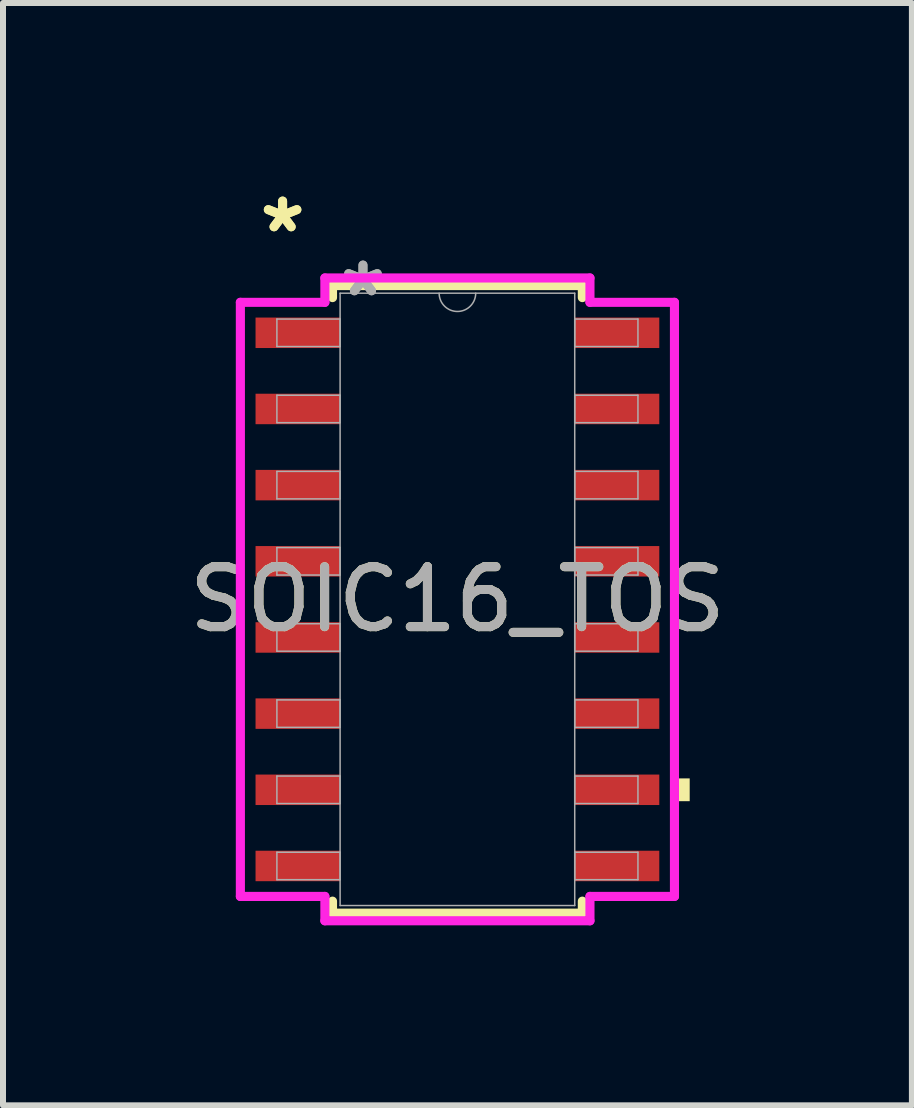
<source format=kicad_pcb>
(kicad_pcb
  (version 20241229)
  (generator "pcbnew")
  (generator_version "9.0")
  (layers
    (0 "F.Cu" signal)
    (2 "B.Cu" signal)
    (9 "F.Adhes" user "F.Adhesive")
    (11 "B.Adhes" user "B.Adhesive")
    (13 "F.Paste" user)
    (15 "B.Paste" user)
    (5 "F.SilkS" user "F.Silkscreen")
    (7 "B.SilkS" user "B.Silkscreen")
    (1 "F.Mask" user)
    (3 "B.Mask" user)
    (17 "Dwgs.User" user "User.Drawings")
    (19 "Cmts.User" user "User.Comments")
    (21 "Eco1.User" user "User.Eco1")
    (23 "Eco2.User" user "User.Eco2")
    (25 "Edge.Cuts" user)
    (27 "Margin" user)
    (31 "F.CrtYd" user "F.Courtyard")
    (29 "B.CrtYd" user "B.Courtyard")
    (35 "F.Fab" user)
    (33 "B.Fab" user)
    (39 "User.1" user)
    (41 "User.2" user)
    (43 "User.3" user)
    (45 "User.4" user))
  (footprint "SOIC16_TOS"
    (layer "F.Cu")
    (at 4.577 6.944)
    (property "Reference" "SOIC16_TOS" (at 0 0 0) (unlocked yes) (layer "F.SilkS") (effects (font (size 1 1) (thickness 0.15))))
    (attr smd)
    (fp_line (start -2.083 -5.232) (end -2.083 -5.032) (stroke (width 0.152) (type solid)) (layer "F.SilkS"))
    (fp_line (start -2.083 5.032) (end -2.083 5.232) (stroke (width 0.152) (type solid)) (layer "F.SilkS"))
    (fp_line (start -2.083 5.232) (end 2.083 5.232) (stroke (width 0.152) (type solid)) (layer "F.SilkS"))
    (fp_line (start 2.083 -5.232) (end -2.083 -5.232) (stroke (width 0.152) (type solid)) (layer "F.SilkS"))
    (fp_line (start 2.083 -5.032) (end 2.083 -5.232) (stroke (width 0.152) (type solid)) (layer "F.SilkS"))
    (fp_line (start 2.083 5.232) (end 2.083 5.032) (stroke (width 0.152) (type solid)) (layer "F.SilkS"))
    (fp_poly (pts (xy 3.873 2.985) (xy 3.873 3.365) (xy 3.619 3.365) (xy 3.619 2.985)) (stroke (width 0) (type solid)) (fill yes) (layer "F.SilkS"))
    (fp_line (start -3.619 -4.953) (end -2.21 -4.953) (stroke (width 0.152) (type solid)) (layer "F.CrtYd"))
    (fp_line (start -3.619 4.953) (end -3.619 -4.953) (stroke (width 0.152) (type solid)) (layer "F.CrtYd"))
    (fp_line (start -3.619 4.953) (end -2.21 4.953) (stroke (width 0.152) (type solid)) (layer "F.CrtYd"))
    (fp_line (start -2.21 -5.359) (end 2.21 -5.359) (stroke (width 0.152) (type solid)) (layer "F.CrtYd"))
    (fp_line (start -2.21 -4.953) (end -2.21 -5.359) (stroke (width 0.152) (type solid)) (layer "F.CrtYd"))
    (fp_line (start -2.21 5.359) (end -2.21 4.953) (stroke (width 0.152) (type solid)) (layer "F.CrtYd"))
    (fp_line (start 2.21 -5.359) (end 2.21 -4.953) (stroke (width 0.152) (type solid)) (layer "F.CrtYd"))
    (fp_line (start 2.21 4.953) (end 2.21 5.359) (stroke (width 0.152) (type solid)) (layer "F.CrtYd"))
    (fp_line (start 2.21 5.359) (end -2.21 5.359) (stroke (width 0.152) (type solid)) (layer "F.CrtYd"))
    (fp_line (start 3.619 -4.953) (end 2.21 -4.953) (stroke (width 0.152) (type solid)) (layer "F.CrtYd"))
    (fp_line (start 3.619 -4.953) (end 3.619 4.953) (stroke (width 0.152) (type solid)) (layer "F.CrtYd"))
    (fp_line (start 3.619 4.953) (end 2.21 4.953) (stroke (width 0.152) (type solid)) (layer "F.CrtYd"))
    (fp_line (start -3.01 -4.674) (end -3.01 -4.216) (stroke (width 0.025) (type solid)) (layer "F.Fab"))
    (fp_line (start -3.01 -4.216) (end -1.956 -4.216) (stroke (width 0.025) (type solid)) (layer "F.Fab"))
    (fp_line (start -3.01 -3.404) (end -3.01 -2.946) (stroke (width 0.025) (type solid)) (layer "F.Fab"))
    (fp_line (start -3.01 -2.946) (end -1.956 -2.946) (stroke (width 0.025) (type solid)) (layer "F.Fab"))
    (fp_line (start -3.01 -2.134) (end -3.01 -1.676) (stroke (width 0.025) (type solid)) (layer "F.Fab"))
    (fp_line (start -3.01 -1.676) (end -1.956 -1.676) (stroke (width 0.025) (type solid)) (layer "F.Fab"))
    (fp_line (start -3.01 -0.864) (end -3.01 -0.406) (stroke (width 0.025) (type solid)) (layer "F.Fab"))
    (fp_line (start -3.01 -0.406) (end -1.956 -0.406) (stroke (width 0.025) (type solid)) (layer "F.Fab"))
    (fp_line (start -3.01 0.406) (end -3.01 0.864) (stroke (width 0.025) (type solid)) (layer "F.Fab"))
    (fp_line (start -3.01 0.864) (end -1.956 0.864) (stroke (width 0.025) (type solid)) (layer "F.Fab"))
    (fp_line (start -3.01 1.676) (end -3.01 2.134) (stroke (width 0.025) (type solid)) (layer "F.Fab"))
    (fp_line (start -3.01 2.134) (end -1.956 2.134) (stroke (width 0.025) (type solid)) (layer "F.Fab"))
    (fp_line (start -3.01 2.946) (end -3.01 3.404) (stroke (width 0.025) (type solid)) (layer "F.Fab"))
    (fp_line (start -3.01 3.404) (end -1.956 3.404) (stroke (width 0.025) (type solid)) (layer "F.Fab"))
    (fp_line (start -3.01 4.216) (end -3.01 4.674) (stroke (width 0.025) (type solid)) (layer "F.Fab"))
    (fp_line (start -3.01 4.674) (end -1.956 4.674) (stroke (width 0.025) (type solid)) (layer "F.Fab"))
    (fp_line (start -1.956 -5.105) (end -1.956 5.105) (stroke (width 0.025) (type solid)) (layer "F.Fab"))
    (fp_line (start -1.956 -4.674) (end -3.01 -4.674) (stroke (width 0.025) (type solid)) (layer "F.Fab"))
    (fp_line (start -1.956 -4.216) (end -1.956 -4.674) (stroke (width 0.025) (type solid)) (layer "F.Fab"))
    (fp_line (start -1.956 -3.404) (end -3.01 -3.404) (stroke (width 0.025) (type solid)) (layer "F.Fab"))
    (fp_line (start -1.956 -2.946) (end -1.956 -3.404) (stroke (width 0.025) (type solid)) (layer "F.Fab"))
    (fp_line (start -1.956 -2.134) (end -3.01 -2.134) (stroke (width 0.025) (type solid)) (layer "F.Fab"))
    (fp_line (start -1.956 -1.676) (end -1.956 -2.134) (stroke (width 0.025) (type solid)) (layer "F.Fab"))
    (fp_line (start -1.956 -0.864) (end -3.01 -0.864) (stroke (width 0.025) (type solid)) (layer "F.Fab"))
    (fp_line (start -1.956 -0.406) (end -1.956 -0.864) (stroke (width 0.025) (type solid)) (layer "F.Fab"))
    (fp_line (start -1.956 0.406) (end -3.01 0.406) (stroke (width 0.025) (type solid)) (layer "F.Fab"))
    (fp_line (start -1.956 0.864) (end -1.956 0.406) (stroke (width 0.025) (type solid)) (layer "F.Fab"))
    (fp_line (start -1.956 1.676) (end -3.01 1.676) (stroke (width 0.025) (type solid)) (layer "F.Fab"))
    (fp_line (start -1.956 2.134) (end -1.956 1.676) (stroke (width 0.025) (type solid)) (layer "F.Fab"))
    (fp_line (start -1.956 2.946) (end -3.01 2.946) (stroke (width 0.025) (type solid)) (layer "F.Fab"))
    (fp_line (start -1.956 3.404) (end -1.956 2.946) (stroke (width 0.025) (type solid)) (layer "F.Fab"))
    (fp_line (start -1.956 4.216) (end -3.01 4.216) (stroke (width 0.025) (type solid)) (layer "F.Fab"))
    (fp_line (start -1.956 4.674) (end -1.956 4.216) (stroke (width 0.025) (type solid)) (layer "F.Fab"))
    (fp_line (start -1.956 5.105) (end 1.956 5.105) (stroke (width 0.025) (type solid)) (layer "F.Fab"))
    (fp_line (start 1.956 -5.105) (end -1.956 -5.105) (stroke (width 0.025) (type solid)) (layer "F.Fab"))
    (fp_line (start 1.956 -4.674) (end 1.956 -4.216) (stroke (width 0.025) (type solid)) (layer "F.Fab"))
    (fp_line (start 1.956 -4.216) (end 3.01 -4.216) (stroke (width 0.025) (type solid)) (layer "F.Fab"))
    (fp_line (start 1.956 -3.404) (end 1.956 -2.946) (stroke (width 0.025) (type solid)) (layer "F.Fab"))
    (fp_line (start 1.956 -2.946) (end 3.01 -2.946) (stroke (width 0.025) (type solid)) (layer "F.Fab"))
    (fp_line (start 1.956 -2.134) (end 1.956 -1.676) (stroke (width 0.025) (type solid)) (layer "F.Fab"))
    (fp_line (start 1.956 -1.676) (end 3.01 -1.676) (stroke (width 0.025) (type solid)) (layer "F.Fab"))
    (fp_line (start 1.956 -0.864) (end 1.956 -0.406) (stroke (width 0.025) (type solid)) (layer "F.Fab"))
    (fp_line (start 1.956 -0.406) (end 3.01 -0.406) (stroke (width 0.025) (type solid)) (layer "F.Fab"))
    (fp_line (start 1.956 0.406) (end 1.956 0.864) (stroke (width 0.025) (type solid)) (layer "F.Fab"))
    (fp_line (start 1.956 0.864) (end 3.01 0.864) (stroke (width 0.025) (type solid)) (layer "F.Fab"))
    (fp_line (start 1.956 1.676) (end 1.956 2.134) (stroke (width 0.025) (type solid)) (layer "F.Fab"))
    (fp_line (start 1.956 2.134) (end 3.01 2.134) (stroke (width 0.025) (type solid)) (layer "F.Fab"))
    (fp_line (start 1.956 2.946) (end 1.956 3.404) (stroke (width 0.025) (type solid)) (layer "F.Fab"))
    (fp_line (start 1.956 3.404) (end 3.01 3.404) (stroke (width 0.025) (type solid)) (layer "F.Fab"))
    (fp_line (start 1.956 4.216) (end 1.956 4.674) (stroke (width 0.025) (type solid)) (layer "F.Fab"))
    (fp_line (start 1.956 4.674) (end 3.01 4.674) (stroke (width 0.025) (type solid)) (layer "F.Fab"))
    (fp_line (start 1.956 5.105) (end 1.956 -5.105) (stroke (width 0.025) (type solid)) (layer "F.Fab"))
    (fp_line (start 3.01 -4.674) (end 1.956 -4.674) (stroke (width 0.025) (type solid)) (layer "F.Fab"))
    (fp_line (start 3.01 -4.216) (end 3.01 -4.674) (stroke (width 0.025) (type solid)) (layer "F.Fab"))
    (fp_line (start 3.01 -3.404) (end 1.956 -3.404) (stroke (width 0.025) (type solid)) (layer "F.Fab"))
    (fp_line (start 3.01 -2.946) (end 3.01 -3.404) (stroke (width 0.025) (type solid)) (layer "F.Fab"))
    (fp_line (start 3.01 -2.134) (end 1.956 -2.134) (stroke (width 0.025) (type solid)) (layer "F.Fab"))
    (fp_line (start 3.01 -1.676) (end 3.01 -2.134) (stroke (width 0.025) (type solid)) (layer "F.Fab"))
    (fp_line (start 3.01 -0.864) (end 1.956 -0.864) (stroke (width 0.025) (type solid)) (layer "F.Fab"))
    (fp_line (start 3.01 -0.406) (end 3.01 -0.864) (stroke (width 0.025) (type solid)) (layer "F.Fab"))
    (fp_line (start 3.01 0.406) (end 1.956 0.406) (stroke (width 0.025) (type solid)) (layer "F.Fab"))
    (fp_line (start 3.01 0.864) (end 3.01 0.406) (stroke (width 0.025) (type solid)) (layer "F.Fab"))
    (fp_line (start 3.01 1.676) (end 1.956 1.676) (stroke (width 0.025) (type solid)) (layer "F.Fab"))
    (fp_line (start 3.01 2.134) (end 3.01 1.676) (stroke (width 0.025) (type solid)) (layer "F.Fab"))
    (fp_line (start 3.01 2.946) (end 1.956 2.946) (stroke (width 0.025) (type solid)) (layer "F.Fab"))
    (fp_line (start 3.01 3.404) (end 3.01 2.946) (stroke (width 0.025) (type solid)) (layer "F.Fab"))
    (fp_line (start 3.01 4.216) (end 1.956 4.216) (stroke (width 0.025) (type solid)) (layer "F.Fab"))
    (fp_line (start 3.01 4.674) (end 3.01 4.216) (stroke (width 0.025) (type solid)) (layer "F.Fab"))
    (fp_arc (start 0.3048 -5.1054) (mid 0 -4.8006) (end -0.3048 -5.1054) (stroke (width 0.0254) (type solid)) (layer "F.Fab"))
    (fp_text user "*" (at -2.915 -6.096 0) (layer "F.SilkS") (effects (font (size 1 1) (thickness 0.15))))
    (fp_text user "*" (at -2.915 -6.096 0) (unlocked yes) (layer "F.SilkS") (effects (font (size 1 1) (thickness 0.15))))
    (fp_text user "${REFERENCE}" (at 0 0 0) (unlocked yes) (layer "F.Fab") (effects (font (size 1 1) (thickness 0.15))))
    (fp_text user "*" (at -1.575 -5.029 0) (layer "F.Fab") (effects (font (size 1 1) (thickness 0.15))))
    (fp_text user "*" (at -1.575 -5.029 0) (unlocked yes) (layer "F.Fab") (effects (font (size 1 1) (thickness 0.15))))
    (pad "1" smd rect (at -2.661 -4.445) (size 1.41 0.508) (layers "F.Cu" "F.Mask" "F.Paste"))
    (pad "2" smd rect (at -2.661 -3.175) (size 1.41 0.508) (layers "F.Cu" "F.Mask" "F.Paste"))
    (pad "3" smd rect (at -2.661 -1.905) (size 1.41 0.508) (layers "F.Cu" "F.Mask" "F.Paste"))
    (pad "4" smd rect (at -2.661 -0.635) (size 1.41 0.508) (layers "F.Cu" "F.Mask" "F.Paste"))
    (pad "5" smd rect (at -2.661 0.635) (size 1.41 0.508) (layers "F.Cu" "F.Mask" "F.Paste"))
    (pad "6" smd rect (at -2.661 1.905) (size 1.41 0.508) (layers "F.Cu" "F.Mask" "F.Paste"))
    (pad "7" smd rect (at -2.661 3.175) (size 1.41 0.508) (layers "F.Cu" "F.Mask" "F.Paste"))
    (pad "8" smd rect (at -2.661 4.445) (size 1.41 0.508) (layers "F.Cu" "F.Mask" "F.Paste"))
    (pad "9" smd rect (at 2.661 4.445) (size 1.41 0.508) (layers "F.Cu" "F.Mask" "F.Paste"))
    (pad "10" smd rect (at 2.661 3.175) (size 1.41 0.508) (layers "F.Cu" "F.Mask" "F.Paste"))
    (pad "11" smd rect (at 2.661 1.905) (size 1.41 0.508) (layers "F.Cu" "F.Mask" "F.Paste"))
    (pad "12" smd rect (at 2.661 0.635) (size 1.41 0.508) (layers "F.Cu" "F.Mask" "F.Paste"))
    (pad "13" smd rect (at 2.661 -0.635) (size 1.41 0.508) (layers "F.Cu" "F.Mask" "F.Paste"))
    (pad "14" smd rect (at 2.661 -1.905) (size 1.41 0.508) (layers "F.Cu" "F.Mask" "F.Paste"))
    (pad "15" smd rect (at 2.661 -3.175) (size 1.41 0.508) (layers "F.Cu" "F.Mask" "F.Paste"))
    (pad "16" smd rect (at 2.661 -4.445) (size 1.41 0.508) (layers "F.Cu" "F.Mask" "F.Paste")))
  (gr_rect
    (start -3 -3)
    (end 12.155 15.38)
    (stroke (width 0.1) (type default))
    (fill no)
    (layer "Edge.Cuts")))
</source>
